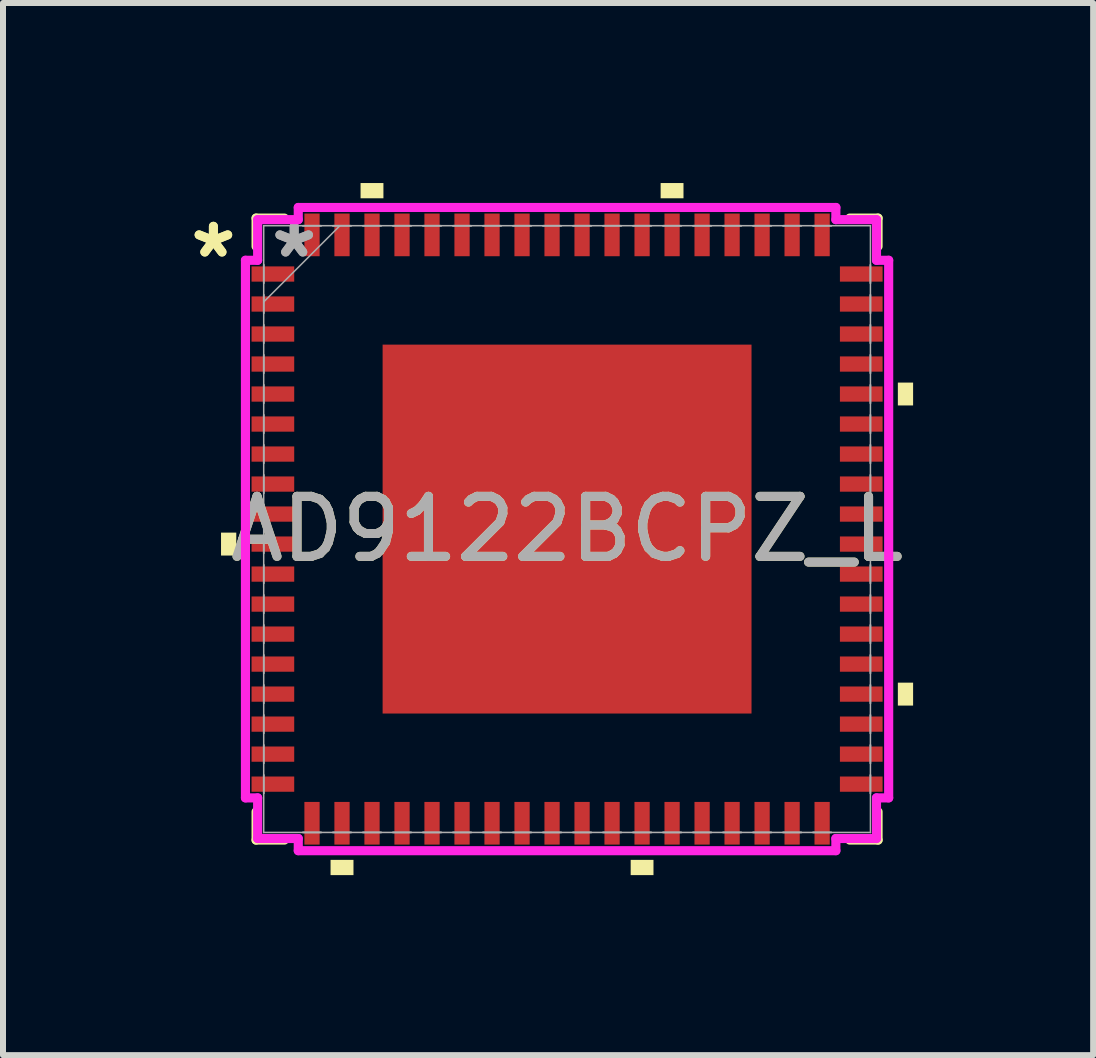
<source format=kicad_pcb>
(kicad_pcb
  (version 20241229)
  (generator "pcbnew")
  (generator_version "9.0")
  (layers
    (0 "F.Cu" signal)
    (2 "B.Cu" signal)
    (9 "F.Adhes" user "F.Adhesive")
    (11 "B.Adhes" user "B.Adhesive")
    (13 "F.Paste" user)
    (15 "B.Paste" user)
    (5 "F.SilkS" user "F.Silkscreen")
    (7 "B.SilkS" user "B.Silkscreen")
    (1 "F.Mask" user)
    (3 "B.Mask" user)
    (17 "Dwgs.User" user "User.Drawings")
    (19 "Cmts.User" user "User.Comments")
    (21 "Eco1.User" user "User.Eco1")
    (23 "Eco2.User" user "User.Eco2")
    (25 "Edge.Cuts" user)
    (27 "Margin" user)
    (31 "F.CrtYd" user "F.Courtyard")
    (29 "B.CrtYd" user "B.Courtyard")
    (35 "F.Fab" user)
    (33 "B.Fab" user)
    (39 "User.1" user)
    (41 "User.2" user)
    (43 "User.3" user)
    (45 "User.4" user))
  (footprint "AD9122BCPZ_L"
    (layer "F.Cu")
    (at 6.399 5.766)
    (property "Reference" "AD9122BCPZ_L" (at 0 0 0) (unlocked yes) (layer "F.SilkS") (effects (font (size 1 1) (thickness 0.15))))
    (attr smd)
    (fp_line (start -5.182 -5.182) (end -5.182 -4.71) (stroke (width 0.152) (type solid)) (layer "F.SilkS"))
    (fp_line (start -5.182 4.71) (end -5.182 5.182) (stroke (width 0.152) (type solid)) (layer "F.SilkS"))
    (fp_line (start -5.182 5.182) (end -4.71 5.182) (stroke (width 0.152) (type solid)) (layer "F.SilkS"))
    (fp_line (start -4.71 -5.182) (end -5.182 -5.182) (stroke (width 0.152) (type solid)) (layer "F.SilkS"))
    (fp_line (start 4.71 5.182) (end 5.182 5.182) (stroke (width 0.152) (type solid)) (layer "F.SilkS"))
    (fp_line (start 5.182 -5.182) (end 4.71 -5.182) (stroke (width 0.152) (type solid)) (layer "F.SilkS"))
    (fp_line (start 5.182 -4.71) (end 5.182 -5.182) (stroke (width 0.152) (type solid)) (layer "F.SilkS"))
    (fp_line (start 5.182 5.182) (end 5.182 4.71) (stroke (width 0.152) (type solid)) (layer "F.SilkS"))
    (fp_poly (pts (xy -5.766 0.059) (xy -5.766 0.441) (xy -5.512 0.441) (xy -5.512 0.059)) (stroke (width 0) (type solid)) (fill yes) (layer "F.SilkS"))
    (fp_poly (pts (xy -3.941 5.512) (xy -3.941 5.766) (xy -3.559 5.766) (xy -3.559 5.512)) (stroke (width 0) (type solid)) (fill yes) (layer "F.SilkS"))
    (fp_poly (pts (xy -3.441 -5.512) (xy -3.441 -5.766) (xy -3.06 -5.766) (xy -3.06 -5.512)) (stroke (width 0) (type solid)) (fill yes) (layer "F.SilkS"))
    (fp_poly (pts (xy 1.06 5.512) (xy 1.06 5.766) (xy 1.44 5.766) (xy 1.44 5.512)) (stroke (width 0) (type solid)) (fill yes) (layer "F.SilkS"))
    (fp_poly (pts (xy 1.559 -5.512) (xy 1.559 -5.766) (xy 1.94 -5.766) (xy 1.94 -5.512)) (stroke (width 0) (type solid)) (fill yes) (layer "F.SilkS"))
    (fp_poly (pts (xy 5.766 -2.441) (xy 5.766 -2.06) (xy 5.512 -2.06) (xy 5.512 -2.441)) (stroke (width 0) (type solid)) (fill yes) (layer "F.SilkS"))
    (fp_poly (pts (xy 5.766 2.559) (xy 5.766 2.941) (xy 5.512 2.941) (xy 5.512 2.559)) (stroke (width 0) (type solid)) (fill yes) (layer "F.SilkS"))
    (fp_poly (pts (xy -2.973 -2.973) (xy -2.973 -1.637) (xy -1.637 -1.637) (xy -1.637 -2.973)) (stroke (width 0) (type solid)) (fill yes) (layer "F.Paste"))
    (fp_poly (pts (xy -2.973 -1.437) (xy -2.973 -0.1) (xy -1.637 -0.1) (xy -1.637 -1.437)) (stroke (width 0) (type solid)) (fill yes) (layer "F.Paste"))
    (fp_poly (pts (xy -2.973 0.1) (xy -2.973 1.437) (xy -1.637 1.437) (xy -1.637 0.1)) (stroke (width 0) (type solid)) (fill yes) (layer "F.Paste"))
    (fp_poly (pts (xy -2.973 1.637) (xy -2.973 2.973) (xy -1.637 2.973) (xy -1.637 1.637)) (stroke (width 0) (type solid)) (fill yes) (layer "F.Paste"))
    (fp_poly (pts (xy -1.437 -2.973) (xy -1.437 -1.637) (xy -0.1 -1.637) (xy -0.1 -2.973)) (stroke (width 0) (type solid)) (fill yes) (layer "F.Paste"))
    (fp_poly (pts (xy -1.437 -1.437) (xy -1.437 -0.1) (xy -0.1 -0.1) (xy -0.1 -1.437)) (stroke (width 0) (type solid)) (fill yes) (layer "F.Paste"))
    (fp_poly (pts (xy -1.437 0.1) (xy -1.437 1.437) (xy -0.1 1.437) (xy -0.1 0.1)) (stroke (width 0) (type solid)) (fill yes) (layer "F.Paste"))
    (fp_poly (pts (xy -1.437 1.637) (xy -1.437 2.973) (xy -0.1 2.973) (xy -0.1 1.637)) (stroke (width 0) (type solid)) (fill yes) (layer "F.Paste"))
    (fp_poly (pts (xy 0.1 -2.973) (xy 0.1 -1.637) (xy 1.437 -1.637) (xy 1.437 -2.973)) (stroke (width 0) (type solid)) (fill yes) (layer "F.Paste"))
    (fp_poly (pts (xy 0.1 -1.437) (xy 0.1 -0.1) (xy 1.437 -0.1) (xy 1.437 -1.437)) (stroke (width 0) (type solid)) (fill yes) (layer "F.Paste"))
    (fp_poly (pts (xy 0.1 0.1) (xy 0.1 1.437) (xy 1.437 1.437) (xy 1.437 0.1)) (stroke (width 0) (type solid)) (fill yes) (layer "F.Paste"))
    (fp_poly (pts (xy 0.1 1.637) (xy 0.1 2.973) (xy 1.437 2.973) (xy 1.437 1.637)) (stroke (width 0) (type solid)) (fill yes) (layer "F.Paste"))
    (fp_poly (pts (xy 1.637 -2.973) (xy 1.637 -1.637) (xy 2.973 -1.637) (xy 2.973 -2.973)) (stroke (width 0) (type solid)) (fill yes) (layer "F.Paste"))
    (fp_poly (pts (xy 1.637 -1.437) (xy 1.637 -0.1) (xy 2.973 -0.1) (xy 2.973 -1.437)) (stroke (width 0) (type solid)) (fill yes) (layer "F.Paste"))
    (fp_poly (pts (xy 1.637 0.1) (xy 1.637 1.437) (xy 2.973 1.437) (xy 2.973 0.1)) (stroke (width 0) (type solid)) (fill yes) (layer "F.Paste"))
    (fp_poly (pts (xy 1.637 1.637) (xy 1.637 2.973) (xy 2.973 2.973) (xy 2.973 1.637)) (stroke (width 0) (type solid)) (fill yes) (layer "F.Paste"))
    (fp_line (start -5.359 -4.479) (end -5.156 -4.479) (stroke (width 0.152) (type solid)) (layer "F.CrtYd"))
    (fp_line (start -5.359 4.479) (end -5.359 -4.479) (stroke (width 0.152) (type solid)) (layer "F.CrtYd"))
    (fp_line (start -5.156 -5.156) (end -4.479 -5.156) (stroke (width 0.152) (type solid)) (layer "F.CrtYd"))
    (fp_line (start -5.156 -4.479) (end -5.156 -5.156) (stroke (width 0.152) (type solid)) (layer "F.CrtYd"))
    (fp_line (start -5.156 4.479) (end -5.359 4.479) (stroke (width 0.152) (type solid)) (layer "F.CrtYd"))
    (fp_line (start -5.156 5.156) (end -5.156 4.479) (stroke (width 0.152) (type solid)) (layer "F.CrtYd"))
    (fp_line (start -4.479 -5.359) (end 4.479 -5.359) (stroke (width 0.152) (type solid)) (layer "F.CrtYd"))
    (fp_line (start -4.479 -5.156) (end -4.479 -5.359) (stroke (width 0.152) (type solid)) (layer "F.CrtYd"))
    (fp_line (start -4.479 5.156) (end -5.156 5.156) (stroke (width 0.152) (type solid)) (layer "F.CrtYd"))
    (fp_line (start -4.479 5.359) (end -4.479 5.156) (stroke (width 0.152) (type solid)) (layer "F.CrtYd"))
    (fp_line (start 4.479 -5.359) (end 4.479 -5.156) (stroke (width 0.152) (type solid)) (layer "F.CrtYd"))
    (fp_line (start 4.479 -5.156) (end 5.156 -5.156) (stroke (width 0.152) (type solid)) (layer "F.CrtYd"))
    (fp_line (start 4.479 5.156) (end 4.479 5.359) (stroke (width 0.152) (type solid)) (layer "F.CrtYd"))
    (fp_line (start 4.479 5.359) (end -4.479 5.359) (stroke (width 0.152) (type solid)) (layer "F.CrtYd"))
    (fp_line (start 5.156 -5.156) (end 5.156 -4.479) (stroke (width 0.152) (type solid)) (layer "F.CrtYd"))
    (fp_line (start 5.156 -4.479) (end 5.359 -4.479) (stroke (width 0.152) (type solid)) (layer "F.CrtYd"))
    (fp_line (start 5.156 4.479) (end 5.156 5.156) (stroke (width 0.152) (type solid)) (layer "F.CrtYd"))
    (fp_line (start 5.156 5.156) (end 4.479 5.156) (stroke (width 0.152) (type solid)) (layer "F.CrtYd"))
    (fp_line (start 5.359 -4.479) (end 5.359 4.479) (stroke (width 0.152) (type solid)) (layer "F.CrtYd"))
    (fp_line (start 5.359 4.479) (end 5.156 4.479) (stroke (width 0.152) (type solid)) (layer "F.CrtYd"))
    (fp_line (start -5.055 -5.055) (end -5.055 -5.055) (stroke (width 0.025) (type solid)) (layer "F.Fab"))
    (fp_line (start -5.055 -5.055) (end -5.055 5.055) (stroke (width 0.025) (type solid)) (layer "F.Fab"))
    (fp_line (start -5.055 -4.402) (end -5.055 -4.402) (stroke (width 0.025) (type solid)) (layer "F.Fab"))
    (fp_line (start -5.055 -4.402) (end -5.055 -4.098) (stroke (width 0.025) (type solid)) (layer "F.Fab"))
    (fp_line (start -5.055 -4.098) (end -5.055 -4.402) (stroke (width 0.025) (type solid)) (layer "F.Fab"))
    (fp_line (start -5.055 -4.098) (end -5.055 -4.098) (stroke (width 0.025) (type solid)) (layer "F.Fab"))
    (fp_line (start -5.055 -3.902) (end -5.055 -3.902) (stroke (width 0.025) (type solid)) (layer "F.Fab"))
    (fp_line (start -5.055 -3.902) (end -5.055 -3.598) (stroke (width 0.025) (type solid)) (layer "F.Fab"))
    (fp_line (start -5.055 -3.785) (end -3.785 -5.055) (stroke (width 0.025) (type solid)) (layer "F.Fab"))
    (fp_line (start -5.055 -3.598) (end -5.055 -3.902) (stroke (width 0.025) (type solid)) (layer "F.Fab"))
    (fp_line (start -5.055 -3.598) (end -5.055 -3.598) (stroke (width 0.025) (type solid)) (layer "F.Fab"))
    (fp_line (start -5.055 -3.402) (end -5.055 -3.402) (stroke (width 0.025) (type solid)) (layer "F.Fab"))
    (fp_line (start -5.055 -3.402) (end -5.055 -3.098) (stroke (width 0.025) (type solid)) (layer "F.Fab"))
    (fp_line (start -5.055 -3.098) (end -5.055 -3.402) (stroke (width 0.025) (type solid)) (layer "F.Fab"))
    (fp_line (start -5.055 -3.098) (end -5.055 -3.098) (stroke (width 0.025) (type solid)) (layer "F.Fab"))
    (fp_line (start -5.055 -2.902) (end -5.055 -2.902) (stroke (width 0.025) (type solid)) (layer "F.Fab"))
    (fp_line (start -5.055 -2.902) (end -5.055 -2.598) (stroke (width 0.025) (type solid)) (layer "F.Fab"))
    (fp_line (start -5.055 -2.598) (end -5.055 -2.902) (stroke (width 0.025) (type solid)) (layer "F.Fab"))
    (fp_line (start -5.055 -2.598) (end -5.055 -2.598) (stroke (width 0.025) (type solid)) (layer "F.Fab"))
    (fp_line (start -5.055 -2.402) (end -5.055 -2.402) (stroke (width 0.025) (type solid)) (layer "F.Fab"))
    (fp_line (start -5.055 -2.402) (end -5.055 -2.098) (stroke (width 0.025) (type solid)) (layer "F.Fab"))
    (fp_line (start -5.055 -2.098) (end -5.055 -2.402) (stroke (width 0.025) (type solid)) (layer "F.Fab"))
    (fp_line (start -5.055 -2.098) (end -5.055 -2.098) (stroke (width 0.025) (type solid)) (layer "F.Fab"))
    (fp_line (start -5.055 -1.902) (end -5.055 -1.902) (stroke (width 0.025) (type solid)) (layer "F.Fab"))
    (fp_line (start -5.055 -1.902) (end -5.055 -1.598) (stroke (width 0.025) (type solid)) (layer "F.Fab"))
    (fp_line (start -5.055 -1.598) (end -5.055 -1.902) (stroke (width 0.025) (type solid)) (layer "F.Fab"))
    (fp_line (start -5.055 -1.598) (end -5.055 -1.598) (stroke (width 0.025) (type solid)) (layer "F.Fab"))
    (fp_line (start -5.055 -1.402) (end -5.055 -1.402) (stroke (width 0.025) (type solid)) (layer "F.Fab"))
    (fp_line (start -5.055 -1.402) (end -5.055 -1.098) (stroke (width 0.025) (type solid)) (layer "F.Fab"))
    (fp_line (start -5.055 -1.098) (end -5.055 -1.402) (stroke (width 0.025) (type solid)) (layer "F.Fab"))
    (fp_line (start -5.055 -1.098) (end -5.055 -1.098) (stroke (width 0.025) (type solid)) (layer "F.Fab"))
    (fp_line (start -5.055 -0.902) (end -5.055 -0.902) (stroke (width 0.025) (type solid)) (layer "F.Fab"))
    (fp_line (start -5.055 -0.902) (end -5.055 -0.598) (stroke (width 0.025) (type solid)) (layer "F.Fab"))
    (fp_line (start -5.055 -0.598) (end -5.055 -0.902) (stroke (width 0.025) (type solid)) (layer "F.Fab"))
    (fp_line (start -5.055 -0.598) (end -5.055 -0.598) (stroke (width 0.025) (type solid)) (layer "F.Fab"))
    (fp_line (start -5.055 -0.402) (end -5.055 -0.402) (stroke (width 0.025) (type solid)) (layer "F.Fab"))
    (fp_line (start -5.055 -0.402) (end -5.055 -0.098) (stroke (width 0.025) (type solid)) (layer "F.Fab"))
    (fp_line (start -5.055 -0.098) (end -5.055 -0.402) (stroke (width 0.025) (type solid)) (layer "F.Fab"))
    (fp_line (start -5.055 -0.098) (end -5.055 -0.098) (stroke (width 0.025) (type solid)) (layer "F.Fab"))
    (fp_line (start -5.055 0.098) (end -5.055 0.098) (stroke (width 0.025) (type solid)) (layer "F.Fab"))
    (fp_line (start -5.055 0.098) (end -5.055 0.402) (stroke (width 0.025) (type solid)) (layer "F.Fab"))
    (fp_line (start -5.055 0.402) (end -5.055 0.098) (stroke (width 0.025) (type solid)) (layer "F.Fab"))
    (fp_line (start -5.055 0.402) (end -5.055 0.402) (stroke (width 0.025) (type solid)) (layer "F.Fab"))
    (fp_line (start -5.055 0.598) (end -5.055 0.598) (stroke (width 0.025) (type solid)) (layer "F.Fab"))
    (fp_line (start -5.055 0.598) (end -5.055 0.902) (stroke (width 0.025) (type solid)) (layer "F.Fab"))
    (fp_line (start -5.055 0.902) (end -5.055 0.598) (stroke (width 0.025) (type solid)) (layer "F.Fab"))
    (fp_line (start -5.055 0.902) (end -5.055 0.902) (stroke (width 0.025) (type solid)) (layer "F.Fab"))
    (fp_line (start -5.055 1.098) (end -5.055 1.098) (stroke (width 0.025) (type solid)) (layer "F.Fab"))
    (fp_line (start -5.055 1.098) (end -5.055 1.402) (stroke (width 0.025) (type solid)) (layer "F.Fab"))
    (fp_line (start -5.055 1.402) (end -5.055 1.098) (stroke (width 0.025) (type solid)) (layer "F.Fab"))
    (fp_line (start -5.055 1.402) (end -5.055 1.402) (stroke (width 0.025) (type solid)) (layer "F.Fab"))
    (fp_line (start -5.055 1.598) (end -5.055 1.598) (stroke (width 0.025) (type solid)) (layer "F.Fab"))
    (fp_line (start -5.055 1.598) (end -5.055 1.902) (stroke (width 0.025) (type solid)) (layer "F.Fab"))
    (fp_line (start -5.055 1.902) (end -5.055 1.598) (stroke (width 0.025) (type solid)) (layer "F.Fab"))
    (fp_line (start -5.055 1.902) (end -5.055 1.902) (stroke (width 0.025) (type solid)) (layer "F.Fab"))
    (fp_line (start -5.055 2.098) (end -5.055 2.098) (stroke (width 0.025) (type solid)) (layer "F.Fab"))
    (fp_line (start -5.055 2.098) (end -5.055 2.402) (stroke (width 0.025) (type solid)) (layer "F.Fab"))
    (fp_line (start -5.055 2.402) (end -5.055 2.098) (stroke (width 0.025) (type solid)) (layer "F.Fab"))
    (fp_line (start -5.055 2.402) (end -5.055 2.402) (stroke (width 0.025) (type solid)) (layer "F.Fab"))
    (fp_line (start -5.055 2.598) (end -5.055 2.598) (stroke (width 0.025) (type solid)) (layer "F.Fab"))
    (fp_line (start -5.055 2.598) (end -5.055 2.902) (stroke (width 0.025) (type solid)) (layer "F.Fab"))
    (fp_line (start -5.055 2.902) (end -5.055 2.598) (stroke (width 0.025) (type solid)) (layer "F.Fab"))
    (fp_line (start -5.055 2.902) (end -5.055 2.902) (stroke (width 0.025) (type solid)) (layer "F.Fab"))
    (fp_line (start -5.055 3.098) (end -5.055 3.098) (stroke (width 0.025) (type solid)) (layer "F.Fab"))
    (fp_line (start -5.055 3.098) (end -5.055 3.402) (stroke (width 0.025) (type solid)) (layer "F.Fab"))
    (fp_line (start -5.055 3.402) (end -5.055 3.098) (stroke (width 0.025) (type solid)) (layer "F.Fab"))
    (fp_line (start -5.055 3.402) (end -5.055 3.402) (stroke (width 0.025) (type solid)) (layer "F.Fab"))
    (fp_line (start -5.055 3.598) (end -5.055 3.598) (stroke (width 0.025) (type solid)) (layer "F.Fab"))
    (fp_line (start -5.055 3.598) (end -5.055 3.902) (stroke (width 0.025) (type solid)) (layer "F.Fab"))
    (fp_line (start -5.055 3.902) (end -5.055 3.598) (stroke (width 0.025) (type solid)) (layer "F.Fab"))
    (fp_line (start -5.055 3.902) (end -5.055 3.902) (stroke (width 0.025) (type solid)) (layer "F.Fab"))
    (fp_line (start -5.055 4.098) (end -5.055 4.098) (stroke (width 0.025) (type solid)) (layer "F.Fab"))
    (fp_line (start -5.055 4.098) (end -5.055 4.402) (stroke (width 0.025) (type solid)) (layer "F.Fab"))
    (fp_line (start -5.055 4.402) (end -5.055 4.098) (stroke (width 0.025) (type solid)) (layer "F.Fab"))
    (fp_line (start -5.055 4.402) (end -5.055 4.402) (stroke (width 0.025) (type solid)) (layer "F.Fab"))
    (fp_line (start -5.055 5.055) (end -5.055 5.055) (stroke (width 0.025) (type solid)) (layer "F.Fab"))
    (fp_line (start -5.055 5.055) (end 5.055 5.055) (stroke (width 0.025) (type solid)) (layer "F.Fab"))
    (fp_line (start -4.402 -5.055) (end -4.402 -5.055) (stroke (width 0.025) (type solid)) (layer "F.Fab"))
    (fp_line (start -4.402 -5.055) (end -4.098 -5.055) (stroke (width 0.025) (type solid)) (layer "F.Fab"))
    (fp_line (start -4.402 5.055) (end -4.402 5.055) (stroke (width 0.025) (type solid)) (layer "F.Fab"))
    (fp_line (start -4.402 5.055) (end -4.098 5.055) (stroke (width 0.025) (type solid)) (layer "F.Fab"))
    (fp_line (start -4.098 -5.055) (end -4.402 -5.055) (stroke (width 0.025) (type solid)) (layer "F.Fab"))
    (fp_line (start -4.098 -5.055) (end -4.098 -5.055) (stroke (width 0.025) (type solid)) (layer "F.Fab"))
    (fp_line (start -4.098 5.055) (end -4.402 5.055) (stroke (width 0.025) (type solid)) (layer "F.Fab"))
    (fp_line (start -4.098 5.055) (end -4.098 5.055) (stroke (width 0.025) (type solid)) (layer "F.Fab"))
    (fp_line (start -3.902 -5.055) (end -3.902 -5.055) (stroke (width 0.025) (type solid)) (layer "F.Fab"))
    (fp_line (start -3.902 -5.055) (end -3.598 -5.055) (stroke (width 0.025) (type solid)) (layer "F.Fab"))
    (fp_line (start -3.902 5.055) (end -3.902 5.055) (stroke (width 0.025) (type solid)) (layer "F.Fab"))
    (fp_line (start -3.902 5.055) (end -3.598 5.055) (stroke (width 0.025) (type solid)) (layer "F.Fab"))
    (fp_line (start -3.598 -5.055) (end -3.902 -5.055) (stroke (width 0.025) (type solid)) (layer "F.Fab"))
    (fp_line (start -3.598 -5.055) (end -3.598 -5.055) (stroke (width 0.025) (type solid)) (layer "F.Fab"))
    (fp_line (start -3.598 5.055) (end -3.902 5.055) (stroke (width 0.025) (type solid)) (layer "F.Fab"))
    (fp_line (start -3.598 5.055) (end -3.598 5.055) (stroke (width 0.025) (type solid)) (layer "F.Fab"))
    (fp_line (start -3.402 -5.055) (end -3.402 -5.055) (stroke (width 0.025) (type solid)) (layer "F.Fab"))
    (fp_line (start -3.402 -5.055) (end -3.098 -5.055) (stroke (width 0.025) (type solid)) (layer "F.Fab"))
    (fp_line (start -3.402 5.055) (end -3.402 5.055) (stroke (width 0.025) (type solid)) (layer "F.Fab"))
    (fp_line (start -3.402 5.055) (end -3.098 5.055) (stroke (width 0.025) (type solid)) (layer "F.Fab"))
    (fp_line (start -3.098 -5.055) (end -3.402 -5.055) (stroke (width 0.025) (type solid)) (layer "F.Fab"))
    (fp_line (start -3.098 -5.055) (end -3.098 -5.055) (stroke (width 0.025) (type solid)) (layer "F.Fab"))
    (fp_line (start -3.098 5.055) (end -3.402 5.055) (stroke (width 0.025) (type solid)) (layer "F.Fab"))
    (fp_line (start -3.098 5.055) (end -3.098 5.055) (stroke (width 0.025) (type solid)) (layer "F.Fab"))
    (fp_line (start -2.902 -5.055) (end -2.902 -5.055) (stroke (width 0.025) (type solid)) (layer "F.Fab"))
    (fp_line (start -2.902 -5.055) (end -2.598 -5.055) (stroke (width 0.025) (type solid)) (layer "F.Fab"))
    (fp_line (start -2.902 5.055) (end -2.902 5.055) (stroke (width 0.025) (type solid)) (layer "F.Fab"))
    (fp_line (start -2.902 5.055) (end -2.598 5.055) (stroke (width 0.025) (type solid)) (layer "F.Fab"))
    (fp_line (start -2.598 -5.055) (end -2.902 -5.055) (stroke (width 0.025) (type solid)) (layer "F.Fab"))
    (fp_line (start -2.598 -5.055) (end -2.598 -5.055) (stroke (width 0.025) (type solid)) (layer "F.Fab"))
    (fp_line (start -2.598 5.055) (end -2.902 5.055) (stroke (width 0.025) (type solid)) (layer "F.Fab"))
    (fp_line (start -2.598 5.055) (end -2.598 5.055) (stroke (width 0.025) (type solid)) (layer "F.Fab"))
    (fp_line (start -2.402 -5.055) (end -2.402 -5.055) (stroke (width 0.025) (type solid)) (layer "F.Fab"))
    (fp_line (start -2.402 -5.055) (end -2.098 -5.055) (stroke (width 0.025) (type solid)) (layer "F.Fab"))
    (fp_line (start -2.402 5.055) (end -2.402 5.055) (stroke (width 0.025) (type solid)) (layer "F.Fab"))
    (fp_line (start -2.402 5.055) (end -2.098 5.055) (stroke (width 0.025) (type solid)) (layer "F.Fab"))
    (fp_line (start -2.098 -5.055) (end -2.402 -5.055) (stroke (width 0.025) (type solid)) (layer "F.Fab"))
    (fp_line (start -2.098 -5.055) (end -2.098 -5.055) (stroke (width 0.025) (type solid)) (layer "F.Fab"))
    (fp_line (start -2.098 5.055) (end -2.402 5.055) (stroke (width 0.025) (type solid)) (layer "F.Fab"))
    (fp_line (start -2.098 5.055) (end -2.098 5.055) (stroke (width 0.025) (type solid)) (layer "F.Fab"))
    (fp_line (start -1.902 -5.055) (end -1.902 -5.055) (stroke (width 0.025) (type solid)) (layer "F.Fab"))
    (fp_line (start -1.902 -5.055) (end -1.598 -5.055) (stroke (width 0.025) (type solid)) (layer "F.Fab"))
    (fp_line (start -1.902 5.055) (end -1.902 5.055) (stroke (width 0.025) (type solid)) (layer "F.Fab"))
    (fp_line (start -1.902 5.055) (end -1.598 5.055) (stroke (width 0.025) (type solid)) (layer "F.Fab"))
    (fp_line (start -1.598 -5.055) (end -1.902 -5.055) (stroke (width 0.025) (type solid)) (layer "F.Fab"))
    (fp_line (start -1.598 -5.055) (end -1.598 -5.055) (stroke (width 0.025) (type solid)) (layer "F.Fab"))
    (fp_line (start -1.598 5.055) (end -1.902 5.055) (stroke (width 0.025) (type solid)) (layer "F.Fab"))
    (fp_line (start -1.598 5.055) (end -1.598 5.055) (stroke (width 0.025) (type solid)) (layer "F.Fab"))
    (fp_line (start -1.402 -5.055) (end -1.402 -5.055) (stroke (width 0.025) (type solid)) (layer "F.Fab"))
    (fp_line (start -1.402 -5.055) (end -1.098 -5.055) (stroke (width 0.025) (type solid)) (layer "F.Fab"))
    (fp_line (start -1.402 5.055) (end -1.402 5.055) (stroke (width 0.025) (type solid)) (layer "F.Fab"))
    (fp_line (start -1.402 5.055) (end -1.098 5.055) (stroke (width 0.025) (type solid)) (layer "F.Fab"))
    (fp_line (start -1.098 -5.055) (end -1.402 -5.055) (stroke (width 0.025) (type solid)) (layer "F.Fab"))
    (fp_line (start -1.098 -5.055) (end -1.098 -5.055) (stroke (width 0.025) (type solid)) (layer "F.Fab"))
    (fp_line (start -1.098 5.055) (end -1.402 5.055) (stroke (width 0.025) (type solid)) (layer "F.Fab"))
    (fp_line (start -1.098 5.055) (end -1.098 5.055) (stroke (width 0.025) (type solid)) (layer "F.Fab"))
    (fp_line (start -0.902 -5.055) (end -0.902 -5.055) (stroke (width 0.025) (type solid)) (layer "F.Fab"))
    (fp_line (start -0.902 -5.055) (end -0.598 -5.055) (stroke (width 0.025) (type solid)) (layer "F.Fab"))
    (fp_line (start -0.902 5.055) (end -0.902 5.055) (stroke (width 0.025) (type solid)) (layer "F.Fab"))
    (fp_line (start -0.902 5.055) (end -0.598 5.055) (stroke (width 0.025) (type solid)) (layer "F.Fab"))
    (fp_line (start -0.598 -5.055) (end -0.902 -5.055) (stroke (width 0.025) (type solid)) (layer "F.Fab"))
    (fp_line (start -0.598 -5.055) (end -0.598 -5.055) (stroke (width 0.025) (type solid)) (layer "F.Fab"))
    (fp_line (start -0.598 5.055) (end -0.902 5.055) (stroke (width 0.025) (type solid)) (layer "F.Fab"))
    (fp_line (start -0.598 5.055) (end -0.598 5.055) (stroke (width 0.025) (type solid)) (layer "F.Fab"))
    (fp_line (start -0.402 -5.055) (end -0.402 -5.055) (stroke (width 0.025) (type solid)) (layer "F.Fab"))
    (fp_line (start -0.402 -5.055) (end -0.098 -5.055) (stroke (width 0.025) (type solid)) (layer "F.Fab"))
    (fp_line (start -0.402 5.055) (end -0.402 5.055) (stroke (width 0.025) (type solid)) (layer "F.Fab"))
    (fp_line (start -0.402 5.055) (end -0.098 5.055) (stroke (width 0.025) (type solid)) (layer "F.Fab"))
    (fp_line (start -0.098 -5.055) (end -0.402 -5.055) (stroke (width 0.025) (type solid)) (layer "F.Fab"))
    (fp_line (start -0.098 -5.055) (end -0.098 -5.055) (stroke (width 0.025) (type solid)) (layer "F.Fab"))
    (fp_line (start -0.098 5.055) (end -0.402 5.055) (stroke (width 0.025) (type solid)) (layer "F.Fab"))
    (fp_line (start -0.098 5.055) (end -0.098 5.055) (stroke (width 0.025) (type solid)) (layer "F.Fab"))
    (fp_line (start 0.098 -5.055) (end 0.098 -5.055) (stroke (width 0.025) (type solid)) (layer "F.Fab"))
    (fp_line (start 0.098 -5.055) (end 0.402 -5.055) (stroke (width 0.025) (type solid)) (layer "F.Fab"))
    (fp_line (start 0.098 5.055) (end 0.098 5.055) (stroke (width 0.025) (type solid)) (layer "F.Fab"))
    (fp_line (start 0.098 5.055) (end 0.402 5.055) (stroke (width 0.025) (type solid)) (layer "F.Fab"))
    (fp_line (start 0.402 -5.055) (end 0.098 -5.055) (stroke (width 0.025) (type solid)) (layer "F.Fab"))
    (fp_line (start 0.402 -5.055) (end 0.402 -5.055) (stroke (width 0.025) (type solid)) (layer "F.Fab"))
    (fp_line (start 0.402 5.055) (end 0.098 5.055) (stroke (width 0.025) (type solid)) (layer "F.Fab"))
    (fp_line (start 0.402 5.055) (end 0.402 5.055) (stroke (width 0.025) (type solid)) (layer "F.Fab"))
    (fp_line (start 0.598 -5.055) (end 0.598 -5.055) (stroke (width 0.025) (type solid)) (layer "F.Fab"))
    (fp_line (start 0.598 -5.055) (end 0.902 -5.055) (stroke (width 0.025) (type solid)) (layer "F.Fab"))
    (fp_line (start 0.598 5.055) (end 0.598 5.055) (stroke (width 0.025) (type solid)) (layer "F.Fab"))
    (fp_line (start 0.598 5.055) (end 0.902 5.055) (stroke (width 0.025) (type solid)) (layer "F.Fab"))
    (fp_line (start 0.902 -5.055) (end 0.598 -5.055) (stroke (width 0.025) (type solid)) (layer "F.Fab"))
    (fp_line (start 0.902 -5.055) (end 0.902 -5.055) (stroke (width 0.025) (type solid)) (layer "F.Fab"))
    (fp_line (start 0.902 5.055) (end 0.598 5.055) (stroke (width 0.025) (type solid)) (layer "F.Fab"))
    (fp_line (start 0.902 5.055) (end 0.902 5.055) (stroke (width 0.025) (type solid)) (layer "F.Fab"))
    (fp_line (start 1.098 -5.055) (end 1.098 -5.055) (stroke (width 0.025) (type solid)) (layer "F.Fab"))
    (fp_line (start 1.098 -5.055) (end 1.402 -5.055) (stroke (width 0.025) (type solid)) (layer "F.Fab"))
    (fp_line (start 1.098 5.055) (end 1.098 5.055) (stroke (width 0.025) (type solid)) (layer "F.Fab"))
    (fp_line (start 1.098 5.055) (end 1.402 5.055) (stroke (width 0.025) (type solid)) (layer "F.Fab"))
    (fp_line (start 1.402 -5.055) (end 1.098 -5.055) (stroke (width 0.025) (type solid)) (layer "F.Fab"))
    (fp_line (start 1.402 -5.055) (end 1.402 -5.055) (stroke (width 0.025) (type solid)) (layer "F.Fab"))
    (fp_line (start 1.402 5.055) (end 1.098 5.055) (stroke (width 0.025) (type solid)) (layer "F.Fab"))
    (fp_line (start 1.402 5.055) (end 1.402 5.055) (stroke (width 0.025) (type solid)) (layer "F.Fab"))
    (fp_line (start 1.598 -5.055) (end 1.598 -5.055) (stroke (width 0.025) (type solid)) (layer "F.Fab"))
    (fp_line (start 1.598 -5.055) (end 1.902 -5.055) (stroke (width 0.025) (type solid)) (layer "F.Fab"))
    (fp_line (start 1.598 5.055) (end 1.598 5.055) (stroke (width 0.025) (type solid)) (layer "F.Fab"))
    (fp_line (start 1.598 5.055) (end 1.902 5.055) (stroke (width 0.025) (type solid)) (layer "F.Fab"))
    (fp_line (start 1.902 -5.055) (end 1.598 -5.055) (stroke (width 0.025) (type solid)) (layer "F.Fab"))
    (fp_line (start 1.902 -5.055) (end 1.902 -5.055) (stroke (width 0.025) (type solid)) (layer "F.Fab"))
    (fp_line (start 1.902 5.055) (end 1.598 5.055) (stroke (width 0.025) (type solid)) (layer "F.Fab"))
    (fp_line (start 1.902 5.055) (end 1.902 5.055) (stroke (width 0.025) (type solid)) (layer "F.Fab"))
    (fp_line (start 2.098 -5.055) (end 2.098 -5.055) (stroke (width 0.025) (type solid)) (layer "F.Fab"))
    (fp_line (start 2.098 -5.055) (end 2.402 -5.055) (stroke (width 0.025) (type solid)) (layer "F.Fab"))
    (fp_line (start 2.098 5.055) (end 2.098 5.055) (stroke (width 0.025) (type solid)) (layer "F.Fab"))
    (fp_line (start 2.098 5.055) (end 2.402 5.055) (stroke (width 0.025) (type solid)) (layer "F.Fab"))
    (fp_line (start 2.402 -5.055) (end 2.098 -5.055) (stroke (width 0.025) (type solid)) (layer "F.Fab"))
    (fp_line (start 2.402 -5.055) (end 2.402 -5.055) (stroke (width 0.025) (type solid)) (layer "F.Fab"))
    (fp_line (start 2.402 5.055) (end 2.098 5.055) (stroke (width 0.025) (type solid)) (layer "F.Fab"))
    (fp_line (start 2.402 5.055) (end 2.402 5.055) (stroke (width 0.025) (type solid)) (layer "F.Fab"))
    (fp_line (start 2.598 -5.055) (end 2.598 -5.055) (stroke (width 0.025) (type solid)) (layer "F.Fab"))
    (fp_line (start 2.598 -5.055) (end 2.902 -5.055) (stroke (width 0.025) (type solid)) (layer "F.Fab"))
    (fp_line (start 2.598 5.055) (end 2.598 5.055) (stroke (width 0.025) (type solid)) (layer "F.Fab"))
    (fp_line (start 2.598 5.055) (end 2.902 5.055) (stroke (width 0.025) (type solid)) (layer "F.Fab"))
    (fp_line (start 2.902 -5.055) (end 2.598 -5.055) (stroke (width 0.025) (type solid)) (layer "F.Fab"))
    (fp_line (start 2.902 -5.055) (end 2.902 -5.055) (stroke (width 0.025) (type solid)) (layer "F.Fab"))
    (fp_line (start 2.902 5.055) (end 2.598 5.055) (stroke (width 0.025) (type solid)) (layer "F.Fab"))
    (fp_line (start 2.902 5.055) (end 2.902 5.055) (stroke (width 0.025) (type solid)) (layer "F.Fab"))
    (fp_line (start 3.098 -5.055) (end 3.098 -5.055) (stroke (width 0.025) (type solid)) (layer "F.Fab"))
    (fp_line (start 3.098 -5.055) (end 3.402 -5.055) (stroke (width 0.025) (type solid)) (layer "F.Fab"))
    (fp_line (start 3.098 5.055) (end 3.098 5.055) (stroke (width 0.025) (type solid)) (layer "F.Fab"))
    (fp_line (start 3.098 5.055) (end 3.402 5.055) (stroke (width 0.025) (type solid)) (layer "F.Fab"))
    (fp_line (start 3.402 -5.055) (end 3.098 -5.055) (stroke (width 0.025) (type solid)) (layer "F.Fab"))
    (fp_line (start 3.402 -5.055) (end 3.402 -5.055) (stroke (width 0.025) (type solid)) (layer "F.Fab"))
    (fp_line (start 3.402 5.055) (end 3.098 5.055) (stroke (width 0.025) (type solid)) (layer "F.Fab"))
    (fp_line (start 3.402 5.055) (end 3.402 5.055) (stroke (width 0.025) (type solid)) (layer "F.Fab"))
    (fp_line (start 3.598 -5.055) (end 3.598 -5.055) (stroke (width 0.025) (type solid)) (layer "F.Fab"))
    (fp_line (start 3.598 -5.055) (end 3.902 -5.055) (stroke (width 0.025) (type solid)) (layer "F.Fab"))
    (fp_line (start 3.598 5.055) (end 3.598 5.055) (stroke (width 0.025) (type solid)) (layer "F.Fab"))
    (fp_line (start 3.598 5.055) (end 3.902 5.055) (stroke (width 0.025) (type solid)) (layer "F.Fab"))
    (fp_line (start 3.902 -5.055) (end 3.598 -5.055) (stroke (width 0.025) (type solid)) (layer "F.Fab"))
    (fp_line (start 3.902 -5.055) (end 3.902 -5.055) (stroke (width 0.025) (type solid)) (layer "F.Fab"))
    (fp_line (start 3.902 5.055) (end 3.598 5.055) (stroke (width 0.025) (type solid)) (layer "F.Fab"))
    (fp_line (start 3.902 5.055) (end 3.902 5.055) (stroke (width 0.025) (type solid)) (layer "F.Fab"))
    (fp_line (start 4.098 -5.055) (end 4.098 -5.055) (stroke (width 0.025) (type solid)) (layer "F.Fab"))
    (fp_line (start 4.098 -5.055) (end 4.402 -5.055) (stroke (width 0.025) (type solid)) (layer "F.Fab"))
    (fp_line (start 4.098 5.055) (end 4.098 5.055) (stroke (width 0.025) (type solid)) (layer "F.Fab"))
    (fp_line (start 4.098 5.055) (end 4.402 5.055) (stroke (width 0.025) (type solid)) (layer "F.Fab"))
    (fp_line (start 4.402 -5.055) (end 4.098 -5.055) (stroke (width 0.025) (type solid)) (layer "F.Fab"))
    (fp_line (start 4.402 -5.055) (end 4.402 -5.055) (stroke (width 0.025) (type solid)) (layer "F.Fab"))
    (fp_line (start 4.402 5.055) (end 4.098 5.055) (stroke (width 0.025) (type solid)) (layer "F.Fab"))
    (fp_line (start 4.402 5.055) (end 4.402 5.055) (stroke (width 0.025) (type solid)) (layer "F.Fab"))
    (fp_line (start 5.055 -5.055) (end -5.055 -5.055) (stroke (width 0.025) (type solid)) (layer "F.Fab"))
    (fp_line (start 5.055 -5.055) (end 5.055 -5.055) (stroke (width 0.025) (type solid)) (layer "F.Fab"))
    (fp_line (start 5.055 -4.402) (end 5.055 -4.402) (stroke (width 0.025) (type solid)) (layer "F.Fab"))
    (fp_line (start 5.055 -4.402) (end 5.055 -4.098) (stroke (width 0.025) (type solid)) (layer "F.Fab"))
    (fp_line (start 5.055 -4.098) (end 5.055 -4.402) (stroke (width 0.025) (type solid)) (layer "F.Fab"))
    (fp_line (start 5.055 -4.098) (end 5.055 -4.098) (stroke (width 0.025) (type solid)) (layer "F.Fab"))
    (fp_line (start 5.055 -3.902) (end 5.055 -3.902) (stroke (width 0.025) (type solid)) (layer "F.Fab"))
    (fp_line (start 5.055 -3.902) (end 5.055 -3.598) (stroke (width 0.025) (type solid)) (layer "F.Fab"))
    (fp_line (start 5.055 -3.598) (end 5.055 -3.902) (stroke (width 0.025) (type solid)) (layer "F.Fab"))
    (fp_line (start 5.055 -3.598) (end 5.055 -3.598) (stroke (width 0.025) (type solid)) (layer "F.Fab"))
    (fp_line (start 5.055 -3.402) (end 5.055 -3.402) (stroke (width 0.025) (type solid)) (layer "F.Fab"))
    (fp_line (start 5.055 -3.402) (end 5.055 -3.098) (stroke (width 0.025) (type solid)) (layer "F.Fab"))
    (fp_line (start 5.055 -3.098) (end 5.055 -3.402) (stroke (width 0.025) (type solid)) (layer "F.Fab"))
    (fp_line (start 5.055 -3.098) (end 5.055 -3.098) (stroke (width 0.025) (type solid)) (layer "F.Fab"))
    (fp_line (start 5.055 -2.902) (end 5.055 -2.902) (stroke (width 0.025) (type solid)) (layer "F.Fab"))
    (fp_line (start 5.055 -2.902) (end 5.055 -2.598) (stroke (width 0.025) (type solid)) (layer "F.Fab"))
    (fp_line (start 5.055 -2.598) (end 5.055 -2.902) (stroke (width 0.025) (type solid)) (layer "F.Fab"))
    (fp_line (start 5.055 -2.598) (end 5.055 -2.598) (stroke (width 0.025) (type solid)) (layer "F.Fab"))
    (fp_line (start 5.055 -2.402) (end 5.055 -2.402) (stroke (width 0.025) (type solid)) (layer "F.Fab"))
    (fp_line (start 5.055 -2.402) (end 5.055 -2.098) (stroke (width 0.025) (type solid)) (layer "F.Fab"))
    (fp_line (start 5.055 -2.098) (end 5.055 -2.402) (stroke (width 0.025) (type solid)) (layer "F.Fab"))
    (fp_line (start 5.055 -2.098) (end 5.055 -2.098) (stroke (width 0.025) (type solid)) (layer "F.Fab"))
    (fp_line (start 5.055 -1.902) (end 5.055 -1.902) (stroke (width 0.025) (type solid)) (layer "F.Fab"))
    (fp_line (start 5.055 -1.902) (end 5.055 -1.598) (stroke (width 0.025) (type solid)) (layer "F.Fab"))
    (fp_line (start 5.055 -1.598) (end 5.055 -1.902) (stroke (width 0.025) (type solid)) (layer "F.Fab"))
    (fp_line (start 5.055 -1.598) (end 5.055 -1.598) (stroke (width 0.025) (type solid)) (layer "F.Fab"))
    (fp_line (start 5.055 -1.402) (end 5.055 -1.402) (stroke (width 0.025) (type solid)) (layer "F.Fab"))
    (fp_line (start 5.055 -1.402) (end 5.055 -1.098) (stroke (width 0.025) (type solid)) (layer "F.Fab"))
    (fp_line (start 5.055 -1.098) (end 5.055 -1.402) (stroke (width 0.025) (type solid)) (layer "F.Fab"))
    (fp_line (start 5.055 -1.098) (end 5.055 -1.098) (stroke (width 0.025) (type solid)) (layer "F.Fab"))
    (fp_line (start 5.055 -0.902) (end 5.055 -0.902) (stroke (width 0.025) (type solid)) (layer "F.Fab"))
    (fp_line (start 5.055 -0.902) (end 5.055 -0.598) (stroke (width 0.025) (type solid)) (layer "F.Fab"))
    (fp_line (start 5.055 -0.598) (end 5.055 -0.902) (stroke (width 0.025) (type solid)) (layer "F.Fab"))
    (fp_line (start 5.055 -0.598) (end 5.055 -0.598) (stroke (width 0.025) (type solid)) (layer "F.Fab"))
    (fp_line (start 5.055 -0.402) (end 5.055 -0.402) (stroke (width 0.025) (type solid)) (layer "F.Fab"))
    (fp_line (start 5.055 -0.402) (end 5.055 -0.098) (stroke (width 0.025) (type solid)) (layer "F.Fab"))
    (fp_line (start 5.055 -0.098) (end 5.055 -0.402) (stroke (width 0.025) (type solid)) (layer "F.Fab"))
    (fp_line (start 5.055 -0.098) (end 5.055 -0.098) (stroke (width 0.025) (type solid)) (layer "F.Fab"))
    (fp_line (start 5.055 0.098) (end 5.055 0.098) (stroke (width 0.025) (type solid)) (layer "F.Fab"))
    (fp_line (start 5.055 0.098) (end 5.055 0.402) (stroke (width 0.025) (type solid)) (layer "F.Fab"))
    (fp_line (start 5.055 0.402) (end 5.055 0.098) (stroke (width 0.025) (type solid)) (layer "F.Fab"))
    (fp_line (start 5.055 0.402) (end 5.055 0.402) (stroke (width 0.025) (type solid)) (layer "F.Fab"))
    (fp_line (start 5.055 0.598) (end 5.055 0.598) (stroke (width 0.025) (type solid)) (layer "F.Fab"))
    (fp_line (start 5.055 0.598) (end 5.055 0.902) (stroke (width 0.025) (type solid)) (layer "F.Fab"))
    (fp_line (start 5.055 0.902) (end 5.055 0.598) (stroke (width 0.025) (type solid)) (layer "F.Fab"))
    (fp_line (start 5.055 0.902) (end 5.055 0.902) (stroke (width 0.025) (type solid)) (layer "F.Fab"))
    (fp_line (start 5.055 1.098) (end 5.055 1.098) (stroke (width 0.025) (type solid)) (layer "F.Fab"))
    (fp_line (start 5.055 1.098) (end 5.055 1.402) (stroke (width 0.025) (type solid)) (layer "F.Fab"))
    (fp_line (start 5.055 1.402) (end 5.055 1.098) (stroke (width 0.025) (type solid)) (layer "F.Fab"))
    (fp_line (start 5.055 1.402) (end 5.055 1.402) (stroke (width 0.025) (type solid)) (layer "F.Fab"))
    (fp_line (start 5.055 1.598) (end 5.055 1.598) (stroke (width 0.025) (type solid)) (layer "F.Fab"))
    (fp_line (start 5.055 1.598) (end 5.055 1.902) (stroke (width 0.025) (type solid)) (layer "F.Fab"))
    (fp_line (start 5.055 1.902) (end 5.055 1.598) (stroke (width 0.025) (type solid)) (layer "F.Fab"))
    (fp_line (start 5.055 1.902) (end 5.055 1.902) (stroke (width 0.025) (type solid)) (layer "F.Fab"))
    (fp_line (start 5.055 2.098) (end 5.055 2.098) (stroke (width 0.025) (type solid)) (layer "F.Fab"))
    (fp_line (start 5.055 2.098) (end 5.055 2.402) (stroke (width 0.025) (type solid)) (layer "F.Fab"))
    (fp_line (start 5.055 2.402) (end 5.055 2.098) (stroke (width 0.025) (type solid)) (layer "F.Fab"))
    (fp_line (start 5.055 2.402) (end 5.055 2.402) (stroke (width 0.025) (type solid)) (layer "F.Fab"))
    (fp_line (start 5.055 2.598) (end 5.055 2.598) (stroke (width 0.025) (type solid)) (layer "F.Fab"))
    (fp_line (start 5.055 2.598) (end 5.055 2.902) (stroke (width 0.025) (type solid)) (layer "F.Fab"))
    (fp_line (start 5.055 2.902) (end 5.055 2.598) (stroke (width 0.025) (type solid)) (layer "F.Fab"))
    (fp_line (start 5.055 2.902) (end 5.055 2.902) (stroke (width 0.025) (type solid)) (layer "F.Fab"))
    (fp_line (start 5.055 3.098) (end 5.055 3.098) (stroke (width 0.025) (type solid)) (layer "F.Fab"))
    (fp_line (start 5.055 3.098) (end 5.055 3.402) (stroke (width 0.025) (type solid)) (layer "F.Fab"))
    (fp_line (start 5.055 3.402) (end 5.055 3.098) (stroke (width 0.025) (type solid)) (layer "F.Fab"))
    (fp_line (start 5.055 3.402) (end 5.055 3.402) (stroke (width 0.025) (type solid)) (layer "F.Fab"))
    (fp_line (start 5.055 3.598) (end 5.055 3.598) (stroke (width 0.025) (type solid)) (layer "F.Fab"))
    (fp_line (start 5.055 3.598) (end 5.055 3.902) (stroke (width 0.025) (type solid)) (layer "F.Fab"))
    (fp_line (start 5.055 3.902) (end 5.055 3.598) (stroke (width 0.025) (type solid)) (layer "F.Fab"))
    (fp_line (start 5.055 3.902) (end 5.055 3.902) (stroke (width 0.025) (type solid)) (layer "F.Fab"))
    (fp_line (start 5.055 4.098) (end 5.055 4.098) (stroke (width 0.025) (type solid)) (layer "F.Fab"))
    (fp_line (start 5.055 4.098) (end 5.055 4.402) (stroke (width 0.025) (type solid)) (layer "F.Fab"))
    (fp_line (start 5.055 4.402) (end 5.055 4.098) (stroke (width 0.025) (type solid)) (layer "F.Fab"))
    (fp_line (start 5.055 4.402) (end 5.055 4.402) (stroke (width 0.025) (type solid)) (layer "F.Fab"))
    (fp_line (start 5.055 5.055) (end 5.055 -5.055) (stroke (width 0.025) (type solid)) (layer "F.Fab"))
    (fp_line (start 5.055 5.055) (end 5.055 5.055) (stroke (width 0.025) (type solid)) (layer "F.Fab"))
    (fp_text user "*" (at -5.893 -4.5 0) (unlocked yes) (layer "F.SilkS") (effects (font (size 1 1) (thickness 0.15))))
    (fp_text user "*" (at -5.893 -4.5 0) (layer "F.SilkS") (effects (font (size 1 1) (thickness 0.15))))
    (fp_text user "*" (at -4.547 -4.5 0) (unlocked yes) (layer "F.Fab") (effects (font (size 1 1) (thickness 0.15))))
    (fp_text user "*" (at -4.547 -4.5 0) (layer "F.Fab") (effects (font (size 1 1) (thickness 0.15))))
    (fp_text user "${REFERENCE}" (at 0 0 0) (unlocked yes) (layer "F.Fab") (effects (font (size 1 1) (thickness 0.15))))
    (pad "1" smd rect (at -4.902 -4.25 90) (size 0.254 0.711) (layers "F.Cu" "F.Mask" "F.Paste"))
    (pad "2" smd rect (at -4.902 -3.75 90) (size 0.254 0.711) (layers "F.Cu" "F.Mask" "F.Paste"))
    (pad "3" smd rect (at -4.902 -3.25 90) (size 0.254 0.711) (layers "F.Cu" "F.Mask" "F.Paste"))
    (pad "4" smd rect (at -4.902 -2.75 90) (size 0.254 0.711) (layers "F.Cu" "F.Mask" "F.Paste"))
    (pad "5" smd rect (at -4.902 -2.25 90) (size 0.254 0.711) (layers "F.Cu" "F.Mask" "F.Paste"))
    (pad "6" smd rect (at -4.902 -1.75 90) (size 0.254 0.711) (layers "F.Cu" "F.Mask" "F.Paste"))
    (pad "7" smd rect (at -4.902 -1.25 90) (size 0.254 0.711) (layers "F.Cu" "F.Mask" "F.Paste"))
    (pad "8" smd rect (at -4.902 -0.75 90) (size 0.254 0.711) (layers "F.Cu" "F.Mask" "F.Paste"))
    (pad "9" smd rect (at -4.902 -0.25 90) (size 0.254 0.711) (layers "F.Cu" "F.Mask" "F.Paste"))
    (pad "10" smd rect (at -4.902 0.25 90) (size 0.254 0.711) (layers "F.Cu" "F.Mask" "F.Paste"))
    (pad "11" smd rect (at -4.902 0.75 90) (size 0.254 0.711) (layers "F.Cu" "F.Mask" "F.Paste"))
    (pad "12" smd rect (at -4.902 1.25 90) (size 0.254 0.711) (layers "F.Cu" "F.Mask" "F.Paste"))
    (pad "13" smd rect (at -4.902 1.75 90) (size 0.254 0.711) (layers "F.Cu" "F.Mask" "F.Paste"))
    (pad "14" smd rect (at -4.902 2.25 90) (size 0.254 0.711) (layers "F.Cu" "F.Mask" "F.Paste"))
    (pad "15" smd rect (at -4.902 2.75 90) (size 0.254 0.711) (layers "F.Cu" "F.Mask" "F.Paste"))
    (pad "16" smd rect (at -4.902 3.25 90) (size 0.254 0.711) (layers "F.Cu" "F.Mask" "F.Paste"))
    (pad "17" smd rect (at -4.902 3.75 90) (size 0.254 0.711) (layers "F.Cu" "F.Mask" "F.Paste"))
    (pad "18" smd rect (at -4.902 4.25 90) (size 0.254 0.711) (layers "F.Cu" "F.Mask" "F.Paste"))
    (pad "19" smd rect (at -4.25 4.902) (size 0.254 0.711) (layers "F.Cu" "F.Mask" "F.Paste"))
    (pad "20" smd rect (at -3.75 4.902) (size 0.254 0.711) (layers "F.Cu" "F.Mask" "F.Paste"))
    (pad "21" smd rect (at -3.25 4.902) (size 0.254 0.711) (layers "F.Cu" "F.Mask" "F.Paste"))
    (pad "22" smd rect (at -2.75 4.902) (size 0.254 0.711) (layers "F.Cu" "F.Mask" "F.Paste"))
    (pad "23" smd rect (at -2.25 4.902) (size 0.254 0.711) (layers "F.Cu" "F.Mask" "F.Paste"))
    (pad "24" smd rect (at -1.75 4.902) (size 0.254 0.711) (layers "F.Cu" "F.Mask" "F.Paste"))
    (pad "25" smd rect (at -1.25 4.902) (size 0.254 0.711) (layers "F.Cu" "F.Mask" "F.Paste"))
    (pad "26" smd rect (at -0.75 4.902) (size 0.254 0.711) (layers "F.Cu" "F.Mask" "F.Paste"))
    (pad "27" smd rect (at -0.25 4.902) (size 0.254 0.711) (layers "F.Cu" "F.Mask" "F.Paste"))
    (pad "28" smd rect (at 0.25 4.902) (size 0.254 0.711) (layers "F.Cu" "F.Mask" "F.Paste"))
    (pad "29" smd rect (at 0.75 4.902) (size 0.254 0.711) (layers "F.Cu" "F.Mask" "F.Paste"))
    (pad "30" smd rect (at 1.25 4.902) (size 0.254 0.711) (layers "F.Cu" "F.Mask" "F.Paste"))
    (pad "31" smd rect (at 1.75 4.902) (size 0.254 0.711) (layers "F.Cu" "F.Mask" "F.Paste"))
    (pad "32" smd rect (at 2.25 4.902) (size 0.254 0.711) (layers "F.Cu" "F.Mask" "F.Paste"))
    (pad "33" smd rect (at 2.75 4.902) (size 0.254 0.711) (layers "F.Cu" "F.Mask" "F.Paste"))
    (pad "34" smd rect (at 3.25 4.902) (size 0.254 0.711) (layers "F.Cu" "F.Mask" "F.Paste"))
    (pad "35" smd rect (at 3.75 4.902) (size 0.254 0.711) (layers "F.Cu" "F.Mask" "F.Paste"))
    (pad "36" smd rect (at 4.25 4.902) (size 0.254 0.711) (layers "F.Cu" "F.Mask" "F.Paste"))
    (pad "37" smd rect (at 4.902 4.25 90) (size 0.254 0.711) (layers "F.Cu" "F.Mask" "F.Paste"))
    (pad "38" smd rect (at 4.902 3.75 90) (size 0.254 0.711) (layers "F.Cu" "F.Mask" "F.Paste"))
    (pad "39" smd rect (at 4.902 3.25 90) (size 0.254 0.711) (layers "F.Cu" "F.Mask" "F.Paste"))
    (pad "40" smd rect (at 4.902 2.75 90) (size 0.254 0.711) (layers "F.Cu" "F.Mask" "F.Paste"))
    (pad "41" smd rect (at 4.902 2.25 90) (size 0.254 0.711) (layers "F.Cu" "F.Mask" "F.Paste"))
    (pad "42" smd rect (at 4.902 1.75 90) (size 0.254 0.711) (layers "F.Cu" "F.Mask" "F.Paste"))
    (pad "43" smd rect (at 4.902 1.25 90) (size 0.254 0.711) (layers "F.Cu" "F.Mask" "F.Paste"))
    (pad "44" smd rect (at 4.902 0.75 90) (size 0.254 0.711) (layers "F.Cu" "F.Mask" "F.Paste"))
    (pad "45" smd rect (at 4.902 0.25 90) (size 0.254 0.711) (layers "F.Cu" "F.Mask" "F.Paste"))
    (pad "46" smd rect (at 4.902 -0.25 90) (size 0.254 0.711) (layers "F.Cu" "F.Mask" "F.Paste"))
    (pad "47" smd rect (at 4.902 -0.75 90) (size 0.254 0.711) (layers "F.Cu" "F.Mask" "F.Paste"))
    (pad "48" smd rect (at 4.902 -1.25 90) (size 0.254 0.711) (layers "F.Cu" "F.Mask" "F.Paste"))
    (pad "49" smd rect (at 4.902 -1.75 90) (size 0.254 0.711) (layers "F.Cu" "F.Mask" "F.Paste"))
    (pad "50" smd rect (at 4.902 -2.25 90) (size 0.254 0.711) (layers "F.Cu" "F.Mask" "F.Paste"))
    (pad "51" smd rect (at 4.902 -2.75 90) (size 0.254 0.711) (layers "F.Cu" "F.Mask" "F.Paste"))
    (pad "52" smd rect (at 4.902 -3.25 90) (size 0.254 0.711) (layers "F.Cu" "F.Mask" "F.Paste"))
    (pad "53" smd rect (at 4.902 -3.75 90) (size 0.254 0.711) (layers "F.Cu" "F.Mask" "F.Paste"))
    (pad "54" smd rect (at 4.902 -4.25 90) (size 0.254 0.711) (layers "F.Cu" "F.Mask" "F.Paste"))
    (pad "55" smd rect (at 4.25 -4.902) (size 0.254 0.711) (layers "F.Cu" "F.Mask" "F.Paste"))
    (pad "56" smd rect (at 3.75 -4.902) (size 0.254 0.711) (layers "F.Cu" "F.Mask" "F.Paste"))
    (pad "57" smd rect (at 3.25 -4.902) (size 0.254 0.711) (layers "F.Cu" "F.Mask" "F.Paste"))
    (pad "58" smd rect (at 2.75 -4.902) (size 0.254 0.711) (layers "F.Cu" "F.Mask" "F.Paste"))
    (pad "59" smd rect (at 2.25 -4.902) (size 0.254 0.711) (layers "F.Cu" "F.Mask" "F.Paste"))
    (pad "60" smd rect (at 1.75 -4.902) (size 0.254 0.711) (layers "F.Cu" "F.Mask" "F.Paste"))
    (pad "61" smd rect (at 1.25 -4.902) (size 0.254 0.711) (layers "F.Cu" "F.Mask" "F.Paste"))
    (pad "62" smd rect (at 0.75 -4.902) (size 0.254 0.711) (layers "F.Cu" "F.Mask" "F.Paste"))
    (pad "63" smd rect (at 0.25 -4.902) (size 0.254 0.711) (layers "F.Cu" "F.Mask" "F.Paste"))
    (pad "64" smd rect (at -0.25 -4.902) (size 0.254 0.711) (layers "F.Cu" "F.Mask" "F.Paste"))
    (pad "65" smd rect (at -0.75 -4.902) (size 0.254 0.711) (layers "F.Cu" "F.Mask" "F.Paste"))
    (pad "66" smd rect (at -1.25 -4.902) (size 0.254 0.711) (layers "F.Cu" "F.Mask" "F.Paste"))
    (pad "67" smd rect (at -1.75 -4.902) (size 0.254 0.711) (layers "F.Cu" "F.Mask" "F.Paste"))
    (pad "68" smd rect (at -2.25 -4.902) (size 0.254 0.711) (layers "F.Cu" "F.Mask" "F.Paste"))
    (pad "69" smd rect (at -2.75 -4.902) (size 0.254 0.711) (layers "F.Cu" "F.Mask" "F.Paste"))
    (pad "70" smd rect (at -3.25 -4.902) (size 0.254 0.711) (layers "F.Cu" "F.Mask" "F.Paste"))
    (pad "71" smd rect (at -3.75 -4.902) (size 0.254 0.711) (layers "F.Cu" "F.Mask" "F.Paste"))
    (pad "72" smd rect (at -4.25 -4.902) (size 0.254 0.711) (layers "F.Cu" "F.Mask" "F.Paste"))
    (pad "73" smd rect (at 0 0) (size 6.147 6.147) (layers "F.Cu" "F.Mask" "F.Paste")))
  (gr_rect
    (start -3 -3)
    (end 15.165 14.532)
    (stroke (width 0.1) (type default))
    (fill no)
    (layer "Edge.Cuts")))
</source>
